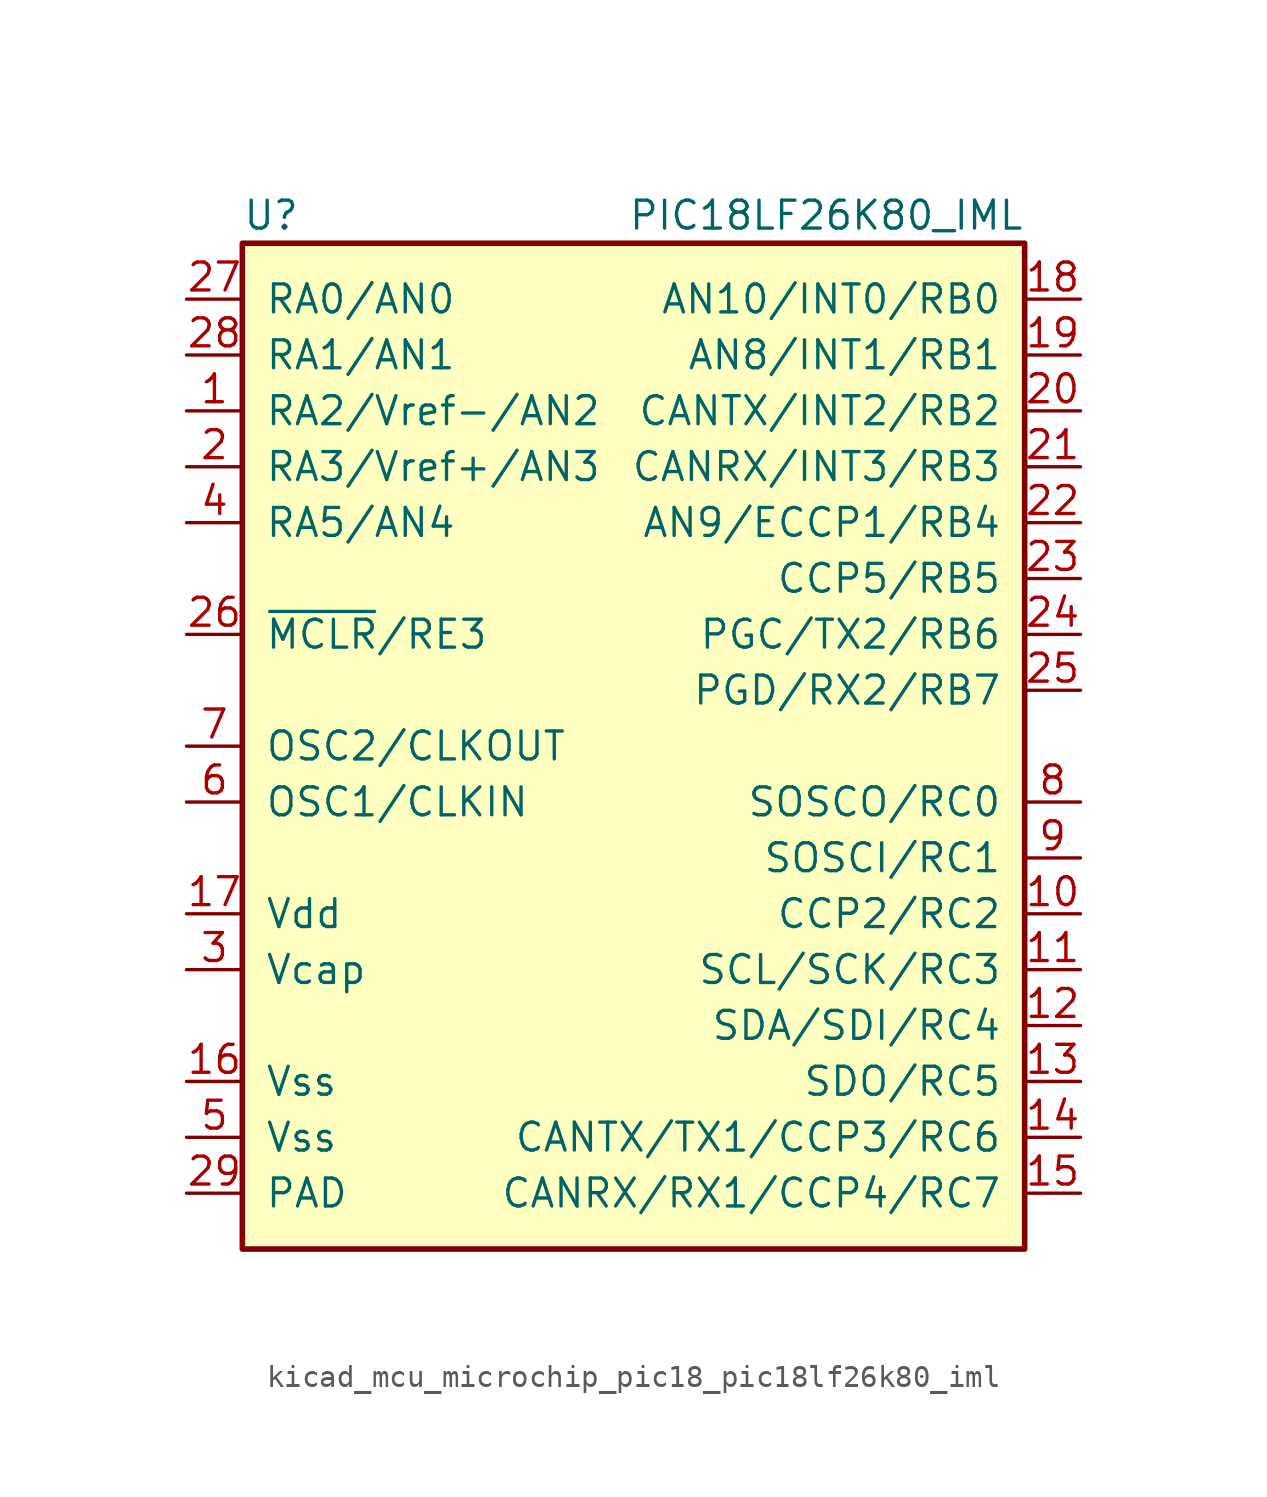
<source format=kicad_sym>
(kicad_symbol_lib
  (version 20220914)
  (generator kicad_symbol_editor)
  (symbol "kicad_mcu_microchip_pic18_pic18lf26k80_iml"
    (pin_names
      (offset 1.016))
    (property "Reference" "U"
      (at -17.78 24.13 0)
      (effects (font (size 1.27 1.27)) (justify left)))
    (property "Value" "PIC18LF26K80_IML"
      (at 17.78 24.13 0)
      (effects (font (size 1.27 1.27)) (justify right)))
    (symbol "kicad_mcu_microchip_pic18_pic18lf26k80_iml_0_1"
      (rectangle (start -17.78 22.86) (end 17.78 -22.86) (stroke (width 0.254) (type default)) (fill (type background))))
    (symbol "kicad_mcu_microchip_pic18_pic18lf26k80_iml_1_1"
      (pin bidirectional line (at -20.32 15.24 0) (length 2.54) (name "RA2/Vref-/AN2" (effects (font (size 1.27 1.27)))) (number "1" (effects (font (size 1.27 1.27)))))
      (pin bidirectional line (at 20.32 -7.62 180) (length 2.54) (name "CCP2/RC2" (effects (font (size 1.27 1.27)))) (number "10" (effects (font (size 1.27 1.27)))))
      (pin bidirectional line (at 20.32 -10.16 180) (length 2.54) (name "SCL/SCK/RC3" (effects (font (size 1.27 1.27)))) (number "11" (effects (font (size 1.27 1.27)))))
      (pin bidirectional line (at 20.32 -12.7 180) (length 2.54) (name "SDA/SDI/RC4" (effects (font (size 1.27 1.27)))) (number "12" (effects (font (size 1.27 1.27)))))
      (pin bidirectional line (at 20.32 -15.24 180) (length 2.54) (name "SDO/RC5" (effects (font (size 1.27 1.27)))) (number "13" (effects (font (size 1.27 1.27)))))
      (pin bidirectional line (at 20.32 -17.78 180) (length 2.54) (name "CANTX/TX1/CCP3/RC6" (effects (font (size 1.27 1.27)))) (number "14" (effects (font (size 1.27 1.27)))))
      (pin bidirectional line (at 20.32 -20.32 180) (length 2.54) (name "CANRX/RX1/CCP4/RC7" (effects (font (size 1.27 1.27)))) (number "15" (effects (font (size 1.27 1.27)))))
      (pin power_in line (at -20.32 -15.24 0) (length 2.54) (name "Vss" (effects (font (size 1.27 1.27)))) (number "16" (effects (font (size 1.27 1.27)))))
      (pin power_in line (at -20.32 -7.62 0) (length 2.54) (name "Vdd" (effects (font (size 1.27 1.27)))) (number "17" (effects (font (size 1.27 1.27)))))
      (pin bidirectional line (at 20.32 20.32 180) (length 2.54) (name "AN10/INT0/RB0" (effects (font (size 1.27 1.27)))) (number "18" (effects (font (size 1.27 1.27)))))
      (pin bidirectional line (at 20.32 17.78 180) (length 2.54) (name "AN8/INT1/RB1" (effects (font (size 1.27 1.27)))) (number "19" (effects (font (size 1.27 1.27)))))
      (pin bidirectional line (at -20.32 12.7 0) (length 2.54) (name "RA3/Vref+/AN3" (effects (font (size 1.27 1.27)))) (number "2" (effects (font (size 1.27 1.27)))))
      (pin bidirectional line (at 20.32 15.24 180) (length 2.54) (name "CANTX/INT2/RB2" (effects (font (size 1.27 1.27)))) (number "20" (effects (font (size 1.27 1.27)))))
      (pin bidirectional line (at 20.32 12.7 180) (length 2.54) (name "CANRX/INT3/RB3" (effects (font (size 1.27 1.27)))) (number "21" (effects (font (size 1.27 1.27)))))
      (pin bidirectional line (at 20.32 10.16 180) (length 2.54) (name "AN9/ECCP1/RB4" (effects (font (size 1.27 1.27)))) (number "22" (effects (font (size 1.27 1.27)))))
      (pin bidirectional line (at 20.32 7.62 180) (length 2.54) (name "CCP5/RB5" (effects (font (size 1.27 1.27)))) (number "23" (effects (font (size 1.27 1.27)))))
      (pin bidirectional line (at 20.32 5.08 180) (length 2.54) (name "PGC/TX2/RB6" (effects (font (size 1.27 1.27)))) (number "24" (effects (font (size 1.27 1.27)))))
      (pin bidirectional line (at 20.32 2.54 180) (length 2.54) (name "PGD/RX2/RB7" (effects (font (size 1.27 1.27)))) (number "25" (effects (font (size 1.27 1.27)))))
      (pin bidirectional line (at -20.32 5.08 0) (length 2.54) (name "~{MCLR}/RE3" (effects (font (size 1.27 1.27)))) (number "26" (effects (font (size 1.27 1.27)))))
      (pin bidirectional line (at -20.32 20.32 0) (length 2.54) (name "RA0/AN0" (effects (font (size 1.27 1.27)))) (number "27" (effects (font (size 1.27 1.27)))))
      (pin bidirectional line (at -20.32 17.78 0) (length 2.54) (name "RA1/AN1" (effects (font (size 1.27 1.27)))) (number "28" (effects (font (size 1.27 1.27)))))
      (pin power_in line (at -20.32 -20.32 0) (length 2.54) (name "PAD" (effects (font (size 1.27 1.27)))) (number "29" (effects (font (size 1.27 1.27)))))
      (pin power_in line (at -20.32 -10.16 0) (length 2.54) (name "Vcap" (effects (font (size 1.27 1.27)))) (number "3" (effects (font (size 1.27 1.27)))))
      (pin bidirectional line (at -20.32 10.16 0) (length 2.54) (name "RA5/AN4" (effects (font (size 1.27 1.27)))) (number "4" (effects (font (size 1.27 1.27)))))
      (pin power_in line (at -20.32 -17.78 0) (length 2.54) (name "Vss" (effects (font (size 1.27 1.27)))) (number "5" (effects (font (size 1.27 1.27)))))
      (pin input line (at -20.32 -2.54 0) (length 2.54) (name "OSC1/CLKIN" (effects (font (size 1.27 1.27)))) (number "6" (effects (font (size 1.27 1.27)))))
      (pin input line (at -20.32 0 0) (length 2.54) (name "OSC2/CLKOUT" (effects (font (size 1.27 1.27)))) (number "7" (effects (font (size 1.27 1.27)))))
      (pin bidirectional line (at 20.32 -2.54 180) (length 2.54) (name "SOSCO/RC0" (effects (font (size 1.27 1.27)))) (number "8" (effects (font (size 1.27 1.27)))))
      (pin bidirectional line (at 20.32 -5.08 180) (length 2.54) (name "SOSCI/RC1" (effects (font (size 1.27 1.27)))) (number "9" (effects (font (size 1.27 1.27))))))))
</source>
